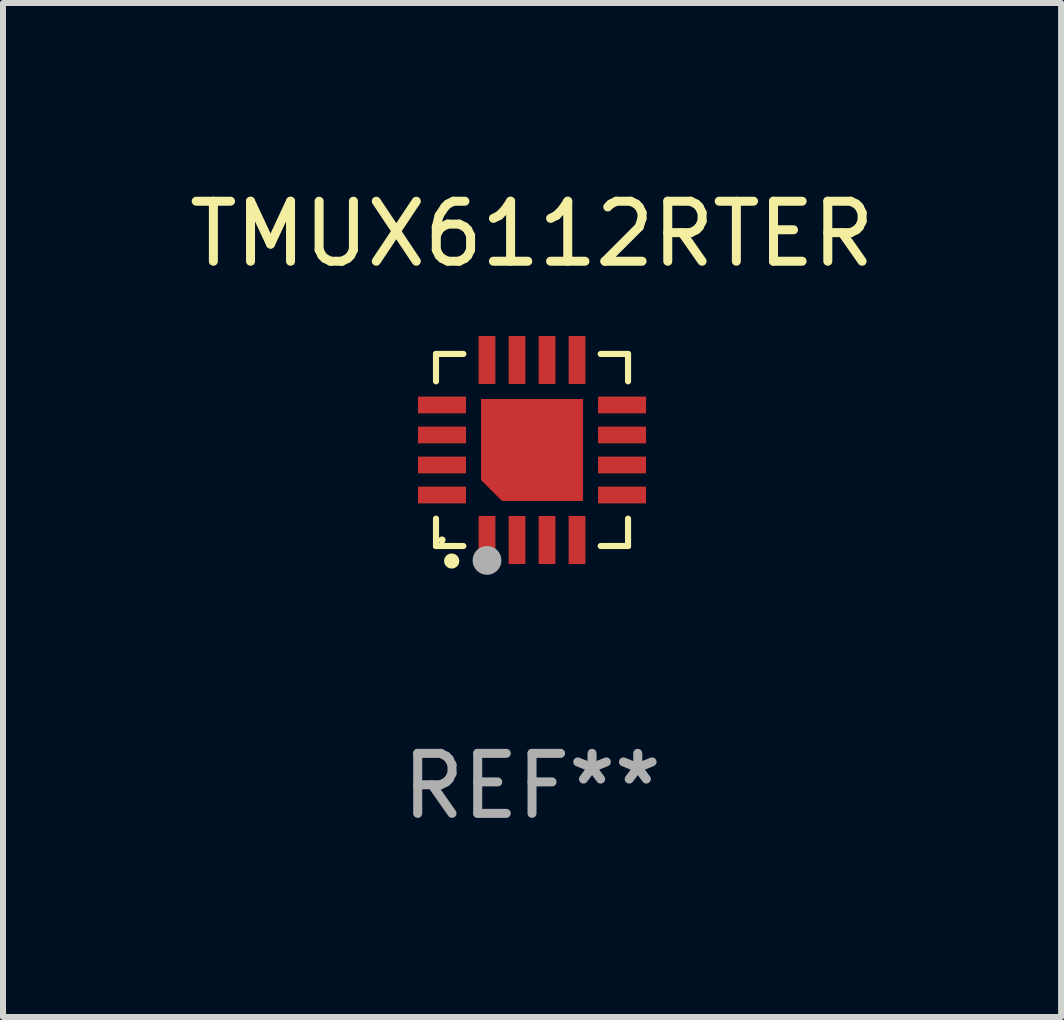
<source format=kicad_pcb>
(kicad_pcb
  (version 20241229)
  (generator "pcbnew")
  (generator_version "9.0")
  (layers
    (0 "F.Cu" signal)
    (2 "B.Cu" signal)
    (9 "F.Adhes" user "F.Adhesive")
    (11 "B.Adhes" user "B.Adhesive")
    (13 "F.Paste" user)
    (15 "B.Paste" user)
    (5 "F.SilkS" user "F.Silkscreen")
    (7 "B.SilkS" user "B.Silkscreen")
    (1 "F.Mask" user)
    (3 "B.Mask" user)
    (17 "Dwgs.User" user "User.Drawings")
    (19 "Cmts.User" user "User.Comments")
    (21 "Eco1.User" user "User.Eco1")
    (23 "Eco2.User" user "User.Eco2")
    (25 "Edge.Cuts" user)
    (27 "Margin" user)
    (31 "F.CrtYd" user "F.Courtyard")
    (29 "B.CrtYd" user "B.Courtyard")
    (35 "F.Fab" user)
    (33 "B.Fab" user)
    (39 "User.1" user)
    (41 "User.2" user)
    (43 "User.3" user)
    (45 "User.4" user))
  (footprint "TMUX6112RTER"
    (layer "F.Cu")
    (at 5.815 4.448)
    (property "Reference" "TMUX6112RTER" (at 0 -3.6 0) (layer "F.SilkS") (effects (font (size 1 1) (thickness 0.15))))
    (attr through_hole)
    (fp_line (start -1.6 -1.6) (end -1.6 -1.144) (stroke (width 0.102) (type solid)) (layer "F.SilkS"))
    (fp_line (start -1.6 -1.6) (end -1.144 -1.6) (stroke (width 0.102) (type solid)) (layer "F.SilkS"))
    (fp_line (start -1.6 1.144) (end -1.6 1.6) (stroke (width 0.102) (type solid)) (layer "F.SilkS"))
    (fp_line (start -1.6 1.6) (end -1.144 1.6) (stroke (width 0.102) (type solid)) (layer "F.SilkS"))
    (fp_line (start 1.144 -1.6) (end 1.6 -1.6) (stroke (width 0.102) (type solid)) (layer "F.SilkS"))
    (fp_line (start 1.144 1.6) (end 1.6 1.6) (stroke (width 0.102) (type solid)) (layer "F.SilkS"))
    (fp_line (start 1.6 -1.144) (end 1.6 -1.6) (stroke (width 0.102) (type solid)) (layer "F.SilkS"))
    (fp_line (start 1.6 1.6) (end 1.6 1.144) (stroke (width 0.102) (type solid)) (layer "F.SilkS"))
    (fp_arc (start -1.339954 1.850114) (mid -1.338684 1.850043) (end -1.337414 1.850114) (stroke (width 0.25) (type solid)) (layer "F.SilkS"))
    (fp_circle (center -1.5 1.5) (end -1.47 1.5) (stroke (width 0.06) (type solid)) (fill no) (layer "F.SilkS"))
    (fp_circle (center -0.75 1.84) (end -0.63 1.84) (stroke (width 0.24) (type solid)) (fill no) (layer "F.Fab"))
    (fp_text user "REF**" (at 0 5.6 0) (layer "F.Fab") (effects (font (size 1 1) (thickness 0.15))))
    (pad "1" smd rect (at -0.75 1.5) (size 0.28 0.8) (layers "F.Cu" "F.Mask" "F.Paste"))
    (pad "2" smd rect (at -0.25 1.5) (size 0.28 0.8) (layers "F.Cu" "F.Mask" "F.Paste"))
    (pad "3" smd rect (at 0.25 1.5) (size 0.28 0.8) (layers "F.Cu" "F.Mask" "F.Paste"))
    (pad "4" smd rect (at 0.75 1.5) (size 0.28 0.8) (layers "F.Cu" "F.Mask" "F.Paste"))
    (pad "5" smd rect (at 1.5 0.75) (size 0.8 0.28) (layers "F.Cu" "F.Mask" "F.Paste"))
    (pad "6" smd rect (at 1.5 0.25) (size 0.8 0.28) (layers "F.Cu" "F.Mask" "F.Paste"))
    (pad "7" smd rect (at 1.5 -0.25) (size 0.8 0.28) (layers "F.Cu" "F.Mask" "F.Paste"))
    (pad "8" smd rect (at 1.5 -0.75) (size 0.8 0.28) (layers "F.Cu" "F.Mask" "F.Paste"))
    (pad "9" smd rect (at 0.75 -1.5) (size 0.28 0.8) (layers "F.Cu" "F.Mask" "F.Paste"))
    (pad "10" smd rect (at 0.25 -1.5) (size 0.28 0.8) (layers "F.Cu" "F.Mask" "F.Paste"))
    (pad "11" smd rect (at -0.25 -1.5) (size 0.28 0.8) (layers "F.Cu" "F.Mask" "F.Paste"))
    (pad "12" smd rect (at -0.75 -1.5) (size 0.28 0.8) (layers "F.Cu" "F.Mask" "F.Paste"))
    (pad "13" smd rect (at -1.5 -0.75) (size 0.8 0.28) (layers "F.Cu" "F.Mask" "F.Paste"))
    (pad "14" smd rect (at -1.5 -0.25) (size 0.8 0.28) (layers "F.Cu" "F.Mask" "F.Paste"))
    (pad "15" smd rect (at -1.5 0.25) (size 0.8 0.28) (layers "F.Cu" "F.Mask" "F.Paste"))
    (pad "16" smd rect (at -1.5 0.75) (size 0.8 0.28) (layers "F.Cu" "F.Mask" "F.Paste"))
    (pad "17" smd custom (at 0.000178 -0.000025) (size 1.7 1.7) (layers "F.Cu" "F.Mask" "F.Paste") (options (anchor circle)) (primitives (gr_poly (pts (xy -0.85 -0.85) (xy 0.85 -0.85) (xy 0.85 0.85) (xy -0.5 0.85) (xy -0.85 0.5)) (width 0) (fill yes)))))
  (gr_rect
    (start -3 -3)
    (end 14.631 13.896)
    (stroke (width 0.1) (type default))
    (fill no)
    (layer "Edge.Cuts")))
</source>
